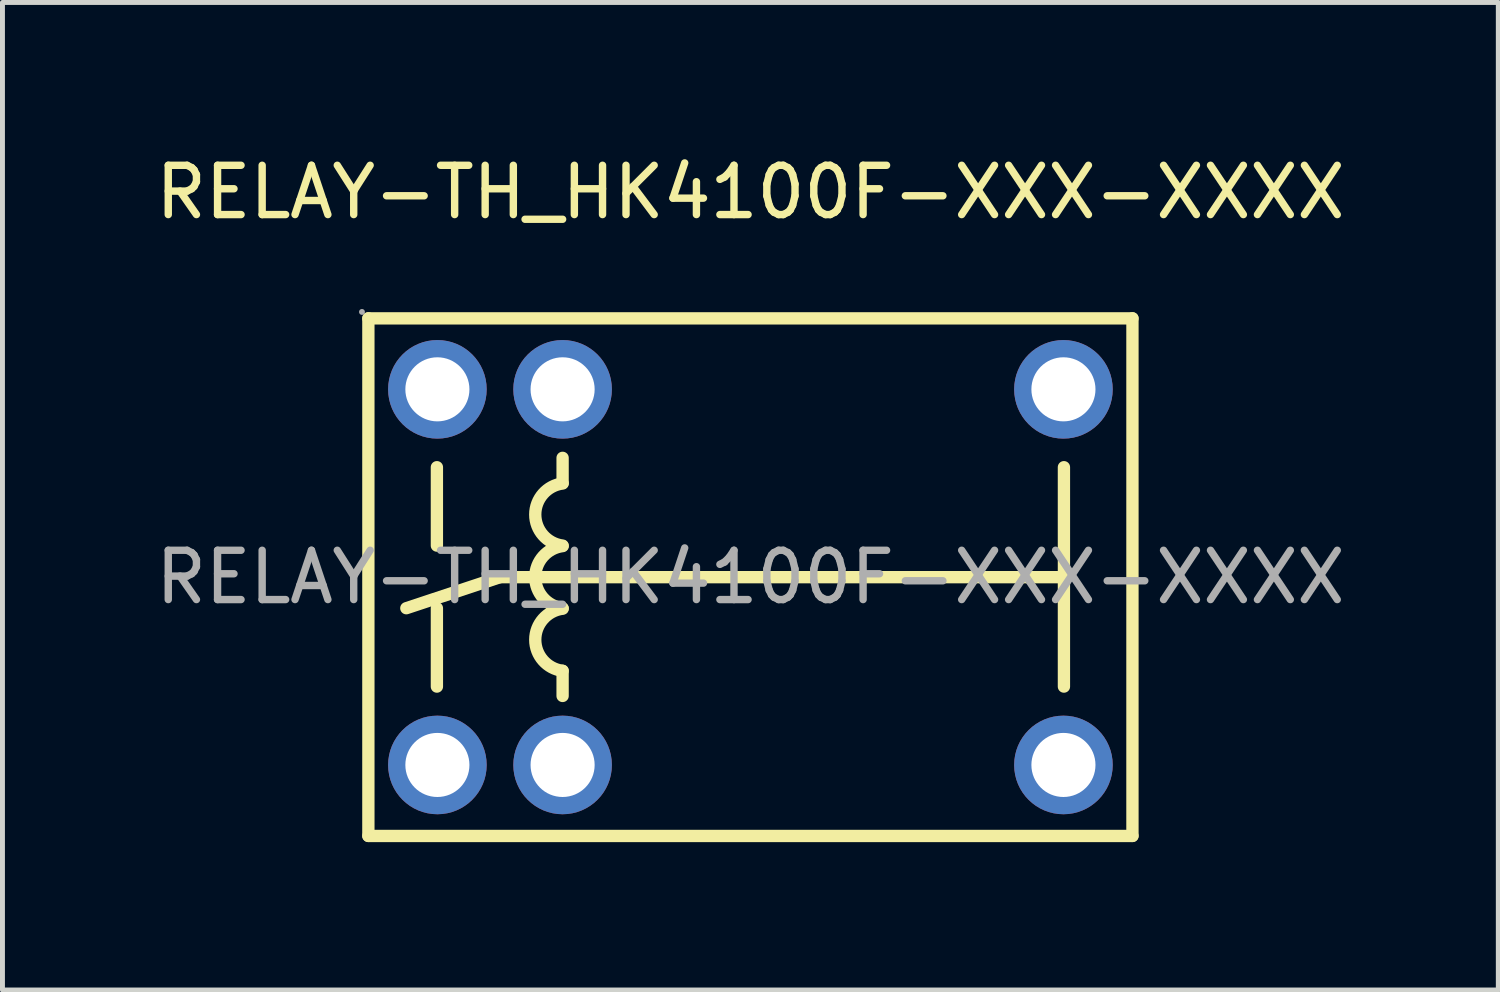
<source format=kicad_pcb>
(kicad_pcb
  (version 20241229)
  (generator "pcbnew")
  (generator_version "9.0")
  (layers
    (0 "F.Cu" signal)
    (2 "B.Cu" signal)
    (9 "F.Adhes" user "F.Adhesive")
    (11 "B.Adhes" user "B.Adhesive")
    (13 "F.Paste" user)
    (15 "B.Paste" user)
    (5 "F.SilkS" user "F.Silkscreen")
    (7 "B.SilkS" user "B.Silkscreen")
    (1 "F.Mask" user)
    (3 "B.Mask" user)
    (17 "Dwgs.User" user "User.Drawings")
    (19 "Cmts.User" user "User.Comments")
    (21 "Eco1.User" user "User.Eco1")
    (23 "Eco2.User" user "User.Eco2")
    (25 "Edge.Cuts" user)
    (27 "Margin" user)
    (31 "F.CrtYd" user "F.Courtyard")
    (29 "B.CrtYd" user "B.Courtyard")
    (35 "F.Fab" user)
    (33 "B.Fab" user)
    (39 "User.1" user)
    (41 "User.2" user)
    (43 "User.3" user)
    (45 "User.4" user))
  (footprint "RELAY-TH_HK4100F-XXX-XXXX"
    (layer "F.Cu")
    (at 12.173 8.658)
    (property "Reference" "RELAY-TH_HK4100F-XXX-XXXX" (at 0 -7.81 0) (layer "F.SilkS") (effects (font (size 1 1) (thickness 0.15))))
    (attr through_hole)
    (fp_line (start -7.75 -5.25) (end 7.75 -5.25) (stroke (width 0.25) (type solid)) (layer "F.SilkS"))
    (fp_line (start -7.75 5.25) (end -7.75 -5.25) (stroke (width 0.25) (type solid)) (layer "F.SilkS"))
    (fp_line (start -7.75 5.25) (end 7.75 5.25) (stroke (width 0.25) (type solid)) (layer "F.SilkS"))
    (fp_line (start -6.36 -2.23) (end -6.36 -0.64) (stroke (width 0.25) (type solid)) (layer "F.SilkS"))
    (fp_line (start -6.36 0.63) (end -6.36 2.22) (stroke (width 0.25) (type solid)) (layer "F.SilkS"))
    (fp_line (start -5.08 0) (end -6.98 0.63) (stroke (width 0.25) (type solid)) (layer "F.SilkS"))
    (fp_line (start -5.08 0) (end 6.36 0) (stroke (width 0.25) (type solid)) (layer "F.SilkS"))
    (fp_line (start -3.81 -1.91) (end -3.81 -2.42) (stroke (width 0.25) (type solid)) (layer "F.SilkS"))
    (fp_line (start -3.81 2.41) (end -3.81 1.9) (stroke (width 0.25) (type solid)) (layer "F.SilkS"))
    (fp_line (start 6.36 -2.23) (end 6.36 2.22) (stroke (width 0.25) (type solid)) (layer "F.SilkS"))
    (fp_line (start 7.75 5.25) (end 7.75 -5.25) (stroke (width 0.25) (type solid)) (layer "F.SilkS"))
    (fp_arc (start -3.81 -0.64) (mid -4.365059 -1.270797) (end -3.808418 -1.900199) (stroke (width 0.25) (type solid)) (layer "F.SilkS"))
    (fp_arc (start -3.81 0.63) (mid -4.365059 -0.000797) (end -3.808418 -0.630199) (stroke (width 0.25) (type solid)) (layer "F.SilkS"))
    (fp_arc (start -3.81 1.9) (mid -4.365059 1.269203) (end -3.808418 0.639801) (stroke (width 0.25) (type solid)) (layer "F.SilkS"))
    (fp_circle (center -7.88 -5.38) (end -7.85 -5.38) (stroke (width 0.06) (type solid)) (fill no) (layer "F.Fab"))
    (fp_circle (center -6.35 -3.81) (end -6.07 -3.81) (stroke (width 0.55) (type solid)) (fill no) (layer "F.Fab"))
    (fp_circle (center -6.35 3.81) (end -6.07 3.81) (stroke (width 0.55) (type solid)) (fill no) (layer "F.Fab"))
    (fp_circle (center -3.81 -3.81) (end -3.53 -3.81) (stroke (width 0.55) (type solid)) (fill no) (layer "F.Fab"))
    (fp_circle (center -3.81 3.81) (end -3.53 3.81) (stroke (width 0.55) (type solid)) (fill no) (layer "F.Fab"))
    (fp_circle (center 6.35 -3.81) (end 6.63 -3.81) (stroke (width 0.55) (type solid)) (fill no) (layer "F.Fab"))
    (fp_circle (center 6.35 3.81) (end 6.63 3.81) (stroke (width 0.55) (type solid)) (fill no) (layer "F.Fab"))
    (fp_text user "${REFERENCE}" (at 0 0 0) (layer "F.Fab") (effects (font (size 1 1) (thickness 0.15))))
    (pad "1" thru_hole circle (at -6.35 -3.81 180) (size 2 2) (drill 1.3) (layers "*.Cu" "*.Mask"))
    (pad "2" thru_hole circle (at -6.35 3.81 180) (size 2 2) (drill 1.3) (layers "*.Cu" "*.Mask"))
    (pad "3" thru_hole circle (at -3.81 -3.81 180) (size 2 2) (drill 1.3) (layers "*.Cu" "*.Mask"))
    (pad "4" thru_hole circle (at -3.81 3.81 180) (size 2 2) (drill 1.3) (layers "*.Cu" "*.Mask"))
    (pad "5" thru_hole circle (at 6.35 -3.81 180) (size 2 2) (drill 1.3) (layers "*.Cu" "*.Mask"))
    (pad "6" thru_hole circle (at 6.35 3.81 180) (size 2 2) (drill 1.3) (layers "*.Cu" "*.Mask")))
  (gr_rect
    (start -3 -3)
    (end 27.345 17.033)
    (stroke (width 0.1) (type default))
    (fill no)
    (layer "Edge.Cuts")))
</source>
